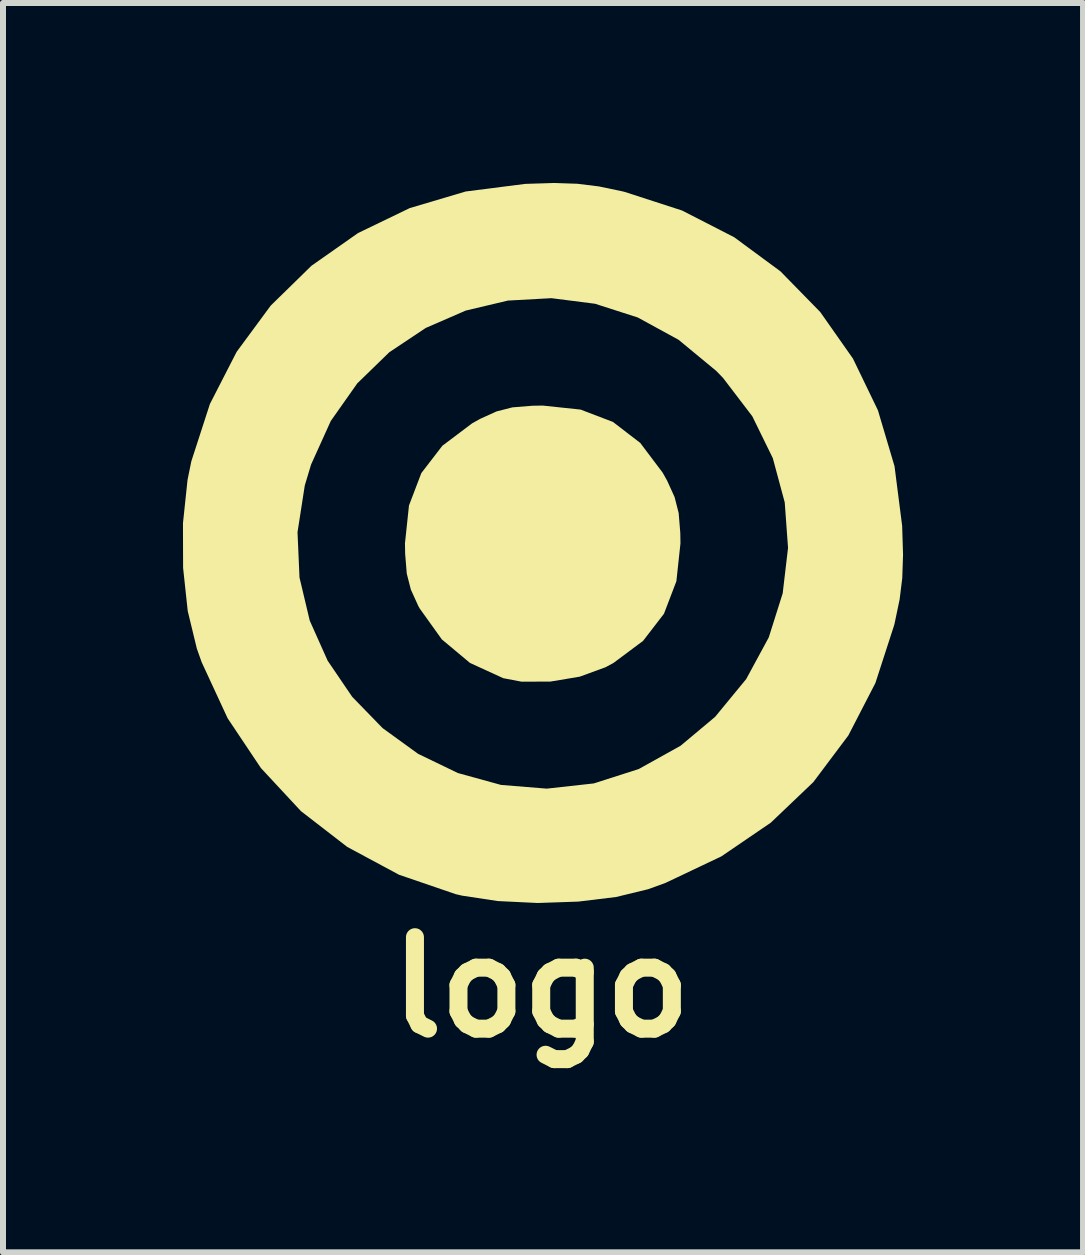
<source format=kicad_pcb>
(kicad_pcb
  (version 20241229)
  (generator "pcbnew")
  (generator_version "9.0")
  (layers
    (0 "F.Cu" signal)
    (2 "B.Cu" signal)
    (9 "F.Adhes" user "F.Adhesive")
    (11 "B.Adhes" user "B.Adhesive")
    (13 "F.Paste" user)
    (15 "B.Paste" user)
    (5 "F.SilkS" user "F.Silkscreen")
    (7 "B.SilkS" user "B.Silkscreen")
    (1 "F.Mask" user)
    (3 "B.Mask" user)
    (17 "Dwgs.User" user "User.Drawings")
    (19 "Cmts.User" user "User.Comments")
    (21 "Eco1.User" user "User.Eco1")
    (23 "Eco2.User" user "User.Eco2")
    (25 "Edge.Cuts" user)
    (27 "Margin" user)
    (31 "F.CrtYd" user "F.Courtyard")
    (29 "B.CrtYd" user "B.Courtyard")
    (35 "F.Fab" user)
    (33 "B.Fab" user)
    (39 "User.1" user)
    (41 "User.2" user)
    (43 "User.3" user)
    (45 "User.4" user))
  (footprint "logo"
    (layer "F.Cu")
    (at 5.996 6.006)
    (property "Reference" "logo" (at -0.025 7.4 0) (layer "F.SilkS") (effects (font (size 1.524 1.524) (thickness 0.3))))
    (attr board_only exclude_from_pos_files exclude_from_bom)
    (fp_poly (pts (xy 0.631 -2.229) (xy 1.171 -2.023) (xy 1.626 -1.673) (xy 1.999 -1.178) (xy 2.074 -1.044) (xy 2.198 -0.771) (xy 2.266 -0.505) (xy 2.293 -0.174) (xy 2.296 0) (xy 2.228 0.632) (xy 2.021 1.174) (xy 1.673 1.626) (xy 1.181 1.993) (xy 1.046 2.066) (xy 0.616 2.223) (xy 0.125 2.305) (xy -0.354 2.306) (xy -0.658 2.248) (xy -1.212 1.994) (xy -1.682 1.601) (xy -2.052 1.084) (xy -2.074 1.044) (xy -2.198 0.771) (xy -2.266 0.505) (xy -2.293 0.174) (xy -2.296 0) (xy -2.229 -0.631) (xy -2.023 -1.171) (xy -1.673 -1.626) (xy -1.178 -1.999) (xy -1.044 -2.074) (xy -0.771 -2.198) (xy -0.505 -2.266) (xy -0.174 -2.293) (xy 0 -2.296)) (stroke (width 0) (type solid)) (fill yes) (layer "F.SilkS"))
    (fp_poly (pts (xy 0.578 -5.993) (xy 0.935 -5.949) (xy 1.331 -5.866) (xy 1.367 -5.857) (xy 2.323 -5.547) (xy 3.191 -5.102) (xy 3.963 -4.533) (xy 4.626 -3.855) (xy 5.171 -3.079) (xy 5.587 -2.218) (xy 5.864 -1.285) (xy 5.991 -0.292) (xy 6.006 0.191) (xy 5.993 0.578) (xy 5.949 0.935) (xy 5.866 1.331) (xy 5.857 1.367) (xy 5.545 2.329) (xy 5.094 3.203) (xy 4.51 3.981) (xy 3.802 4.656) (xy 2.978 5.218) (xy 2.045 5.661) (xy 1.755 5.766) (xy 1.224 5.895) (xy 0.592 5.972) (xy -0.084 5.995) (xy -0.748 5.963) (xy -1.342 5.873) (xy -1.45 5.848) (xy -2.396 5.524) (xy -3.259 5.06) (xy -4.03 4.464) (xy -4.697 3.746) (xy -5.252 2.916) (xy -5.684 1.983) (xy -5.765 1.755) (xy -5.917 1.128) (xy -5.994 0.41) (xy -5.996 -0.185) (xy -4.087 -0.185) (xy -4.054 0.57) (xy -3.883 1.289) (xy -3.585 1.956) (xy -3.176 2.558) (xy -2.669 3.08) (xy -2.077 3.509) (xy -1.414 3.829) (xy -0.695 4.027) (xy 0.067 4.089) (xy 0.852 4.002) (xy 1.601 3.762) (xy 2.298 3.374) (xy 2.873 2.893) (xy 3.392 2.262) (xy 3.768 1.568) (xy 4 0.833) (xy 4.089 0.076) (xy 4.034 -0.682) (xy 3.835 -1.42) (xy 3.493 -2.118) (xy 3.007 -2.755) (xy 2.893 -2.873) (xy 2.265 -3.392) (xy 1.585 -3.764) (xy 0.872 -3.993) (xy 0.145 -4.086) (xy -0.58 -4.046) (xy -1.284 -3.879) (xy -1.949 -3.59) (xy -2.558 -3.184) (xy -3.091 -2.666) (xy -3.532 -2.04) (xy -3.861 -1.313) (xy -3.966 -0.964) (xy -4.087 -0.185) (xy -5.996 -0.185) (xy -5.996 -0.338) (xy -5.92 -1.058) (xy -5.857 -1.367) (xy -5.547 -2.323) (xy -5.102 -3.191) (xy -4.533 -3.963) (xy -3.855 -4.626) (xy -3.079 -5.171) (xy -2.218 -5.587) (xy -1.285 -5.864) (xy -0.292 -5.991) (xy 0.191 -6.006)) (stroke (width 0) (type solid)) (fill yes) (layer "F.SilkS")))
  (gr_rect
    (start -3 -3)
    (end 15.002 17.824)
    (stroke (width 0.1) (type default))
    (fill no)
    (layer "Edge.Cuts")))
</source>
